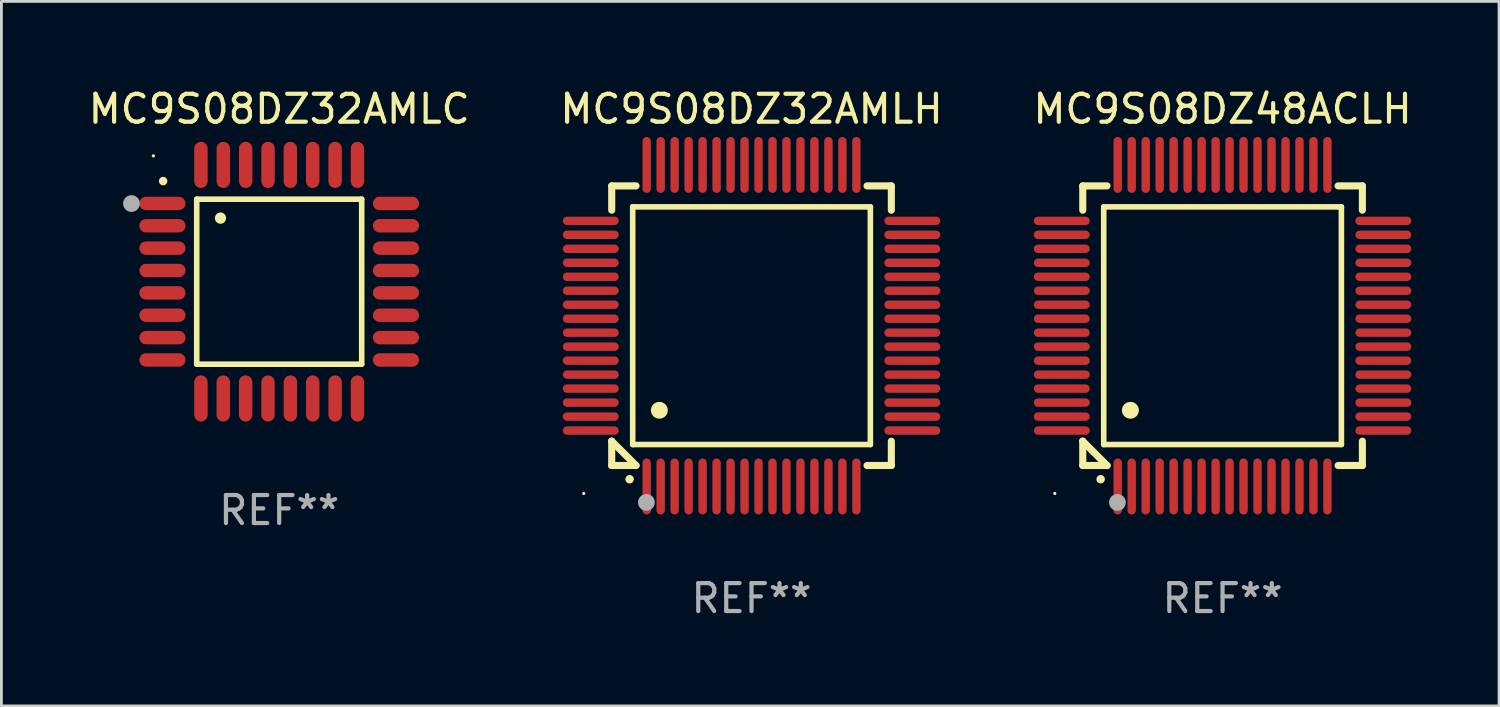
<source format=kicad_pcb>
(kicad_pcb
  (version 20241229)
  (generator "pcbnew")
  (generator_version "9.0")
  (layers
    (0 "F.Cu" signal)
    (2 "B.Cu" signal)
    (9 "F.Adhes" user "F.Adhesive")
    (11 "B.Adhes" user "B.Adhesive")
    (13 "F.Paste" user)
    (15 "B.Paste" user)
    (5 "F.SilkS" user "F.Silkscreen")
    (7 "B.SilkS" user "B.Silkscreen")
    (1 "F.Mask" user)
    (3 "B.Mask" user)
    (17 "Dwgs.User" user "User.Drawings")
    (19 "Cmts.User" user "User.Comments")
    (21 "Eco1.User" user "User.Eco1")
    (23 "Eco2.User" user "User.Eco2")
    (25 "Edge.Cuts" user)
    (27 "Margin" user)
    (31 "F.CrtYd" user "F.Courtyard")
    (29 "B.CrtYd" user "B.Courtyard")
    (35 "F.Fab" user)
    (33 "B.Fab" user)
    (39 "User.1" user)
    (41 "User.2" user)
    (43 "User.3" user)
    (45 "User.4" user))
  (footprint "MC9S08DZ48ACLH"
    (layer "F.Cu")
    (at 40.673 8.598)
    (property "Reference" "MC9S08DZ48ACLH" (at 0 -7.75 0) (layer "F.SilkS") (effects (font (size 1 1) (thickness 0.15))))
    (attr through_hole)
    (fp_line (start -5 -5) (end -4.131 -5) (stroke (width 0.254) (type solid)) (layer "F.SilkS"))
    (fp_line (start -5 -4.131) (end -5 -5) (stroke (width 0.254) (type solid)) (layer "F.SilkS"))
    (fp_line (start -5 4.131) (end -5 4.131) (stroke (width 0.254) (type solid)) (layer "F.SilkS"))
    (fp_line (start -5 5) (end -5 4.131) (stroke (width 0.254) (type solid)) (layer "F.SilkS"))
    (fp_line (start -5 4.131) (end -4.131 5) (stroke (width 0.254) (type solid)) (layer "F.SilkS"))
    (fp_line (start -4.25 -4.25) (end -4.25 4.25) (stroke (width 0.2) (type solid)) (layer "F.SilkS"))
    (fp_line (start -4.25 4.25) (end 4.25 4.25) (stroke (width 0.2) (type solid)) (layer "F.SilkS"))
    (fp_line (start -4.131 5) (end -5 5) (stroke (width 0.254) (type solid)) (layer "F.SilkS"))
    (fp_line (start 4.25 -4.25) (end -4.25 -4.25) (stroke (width 0.2) (type solid)) (layer "F.SilkS"))
    (fp_line (start 4.25 4.25) (end 4.25 -4.25) (stroke (width 0.2) (type solid)) (layer "F.SilkS"))
    (fp_line (start 5 -5) (end 4.131 -5) (stroke (width 0.254) (type solid)) (layer "F.SilkS"))
    (fp_line (start 5 -5) (end 5 -4.131) (stroke (width 0.254) (type solid)) (layer "F.SilkS"))
    (fp_line (start 5 4.131) (end 5 5) (stroke (width 0.254) (type solid)) (layer "F.SilkS"))
    (fp_line (start 5 5) (end 4.131 5) (stroke (width 0.254) (type solid)) (layer "F.SilkS"))
    (fp_arc (start -4.361265 5.489992) (mid -4.359995 5.489987) (end -4.358725 5.489992) (stroke (width 0.3) (type solid)) (layer "F.SilkS"))
    (fp_arc (start -3.299467 3.025146) (mid -3.296927 3.025135) (end -3.294387 3.025146) (stroke (width 0.6) (type solid)) (layer "F.SilkS"))
    (fp_circle (center -6 6) (end -5.97 6) (stroke (width 0.06) (type solid)) (fill no) (layer "F.SilkS"))
    (fp_circle (center -3.76 6.32) (end -3.61 6.32) (stroke (width 0.3) (type solid)) (fill no) (layer "F.Fab"))
    (fp_text user "REF**" (at 0 9.75 0) (layer "F.Fab") (effects (font (size 1 1) (thickness 0.15))))
    (pad "1" smd oval (at -3.75 5.75) (size 0.3 2) (layers "F.Cu" "F.Mask" "F.Paste"))
    (pad "2" smd oval (at -3.25 5.75) (size 0.3 2) (layers "F.Cu" "F.Mask" "F.Paste"))
    (pad "3" smd oval (at -2.75 5.75) (size 0.3 2) (layers "F.Cu" "F.Mask" "F.Paste"))
    (pad "4" smd oval (at -2.25 5.75) (size 0.3 2) (layers "F.Cu" "F.Mask" "F.Paste"))
    (pad "5" smd oval (at -1.75 5.75) (size 0.3 2) (layers "F.Cu" "F.Mask" "F.Paste"))
    (pad "6" smd oval (at -1.25 5.75) (size 0.3 2) (layers "F.Cu" "F.Mask" "F.Paste"))
    (pad "7" smd oval (at -0.75 5.75) (size 0.3 2) (layers "F.Cu" "F.Mask" "F.Paste"))
    (pad "8" smd oval (at -0.25 5.75) (size 0.3 2) (layers "F.Cu" "F.Mask" "F.Paste"))
    (pad "9" smd oval (at 0.25 5.75) (size 0.3 2) (layers "F.Cu" "F.Mask" "F.Paste"))
    (pad "10" smd oval (at 0.75 5.75) (size 0.3 2) (layers "F.Cu" "F.Mask" "F.Paste"))
    (pad "11" smd oval (at 1.25 5.75) (size 0.3 2) (layers "F.Cu" "F.Mask" "F.Paste"))
    (pad "12" smd oval (at 1.75 5.75) (size 0.3 2) (layers "F.Cu" "F.Mask" "F.Paste"))
    (pad "13" smd oval (at 2.25 5.75) (size 0.3 2) (layers "F.Cu" "F.Mask" "F.Paste"))
    (pad "14" smd oval (at 2.75 5.75) (size 0.3 2) (layers "F.Cu" "F.Mask" "F.Paste"))
    (pad "15" smd oval (at 3.25 5.75) (size 0.3 2) (layers "F.Cu" "F.Mask" "F.Paste"))
    (pad "16" smd oval (at 3.75 5.75) (size 0.3 2) (layers "F.Cu" "F.Mask" "F.Paste"))
    (pad "17" smd oval (at 5.75 3.75) (size 2 0.3) (layers "F.Cu" "F.Mask" "F.Paste"))
    (pad "18" smd oval (at 5.75 3.25) (size 2 0.3) (layers "F.Cu" "F.Mask" "F.Paste"))
    (pad "19" smd oval (at 5.75 2.75) (size 2 0.3) (layers "F.Cu" "F.Mask" "F.Paste"))
    (pad "20" smd oval (at 5.75 2.25) (size 2 0.3) (layers "F.Cu" "F.Mask" "F.Paste"))
    (pad "21" smd oval (at 5.75 1.75) (size 2 0.3) (layers "F.Cu" "F.Mask" "F.Paste"))
    (pad "22" smd oval (at 5.75 1.25) (size 2 0.3) (layers "F.Cu" "F.Mask" "F.Paste"))
    (pad "23" smd oval (at 5.75 0.75) (size 2 0.3) (layers "F.Cu" "F.Mask" "F.Paste"))
    (pad "24" smd oval (at 5.75 0.25) (size 2 0.3) (layers "F.Cu" "F.Mask" "F.Paste"))
    (pad "25" smd oval (at 5.75 -0.25) (size 2 0.3) (layers "F.Cu" "F.Mask" "F.Paste"))
    (pad "26" smd oval (at 5.75 -0.75) (size 2 0.3) (layers "F.Cu" "F.Mask" "F.Paste"))
    (pad "27" smd oval (at 5.75 -1.25) (size 2 0.3) (layers "F.Cu" "F.Mask" "F.Paste"))
    (pad "28" smd oval (at 5.75 -1.75) (size 2 0.3) (layers "F.Cu" "F.Mask" "F.Paste"))
    (pad "29" smd oval (at 5.75 -2.25) (size 2 0.3) (layers "F.Cu" "F.Mask" "F.Paste"))
    (pad "30" smd oval (at 5.75 -2.75) (size 2 0.3) (layers "F.Cu" "F.Mask" "F.Paste"))
    (pad "31" smd oval (at 5.75 -3.25) (size 2 0.3) (layers "F.Cu" "F.Mask" "F.Paste"))
    (pad "32" smd oval (at 5.75 -3.75) (size 2 0.3) (layers "F.Cu" "F.Mask" "F.Paste"))
    (pad "33" smd oval (at 3.75 -5.75) (size 0.3 2) (layers "F.Cu" "F.Mask" "F.Paste"))
    (pad "34" smd oval (at 3.25 -5.75) (size 0.3 2) (layers "F.Cu" "F.Mask" "F.Paste"))
    (pad "35" smd oval (at 2.75 -5.75) (size 0.3 2) (layers "F.Cu" "F.Mask" "F.Paste"))
    (pad "36" smd oval (at 2.25 -5.75) (size 0.3 2) (layers "F.Cu" "F.Mask" "F.Paste"))
    (pad "37" smd oval (at 1.75 -5.75) (size 0.3 2) (layers "F.Cu" "F.Mask" "F.Paste"))
    (pad "38" smd oval (at 1.25 -5.75) (size 0.3 2) (layers "F.Cu" "F.Mask" "F.Paste"))
    (pad "39" smd oval (at 0.75 -5.75) (size 0.3 2) (layers "F.Cu" "F.Mask" "F.Paste"))
    (pad "40" smd oval (at 0.25 -5.75) (size 0.3 2) (layers "F.Cu" "F.Mask" "F.Paste"))
    (pad "41" smd oval (at -0.25 -5.75) (size 0.3 2) (layers "F.Cu" "F.Mask" "F.Paste"))
    (pad "42" smd oval (at -0.75 -5.75) (size 0.3 2) (layers "F.Cu" "F.Mask" "F.Paste"))
    (pad "43" smd oval (at -1.25 -5.75) (size 0.3 2) (layers "F.Cu" "F.Mask" "F.Paste"))
    (pad "44" smd oval (at -1.75 -5.75) (size 0.3 2) (layers "F.Cu" "F.Mask" "F.Paste"))
    (pad "45" smd oval (at -2.25 -5.75) (size 0.3 2) (layers "F.Cu" "F.Mask" "F.Paste"))
    (pad "46" smd oval (at -2.75 -5.75) (size 0.3 2) (layers "F.Cu" "F.Mask" "F.Paste"))
    (pad "47" smd oval (at -3.25 -5.75) (size 0.3 2) (layers "F.Cu" "F.Mask" "F.Paste"))
    (pad "48" smd oval (at -3.75 -5.75) (size 0.3 2) (layers "F.Cu" "F.Mask" "F.Paste"))
    (pad "49" smd oval (at -5.75 -3.75) (size 2 0.3) (layers "F.Cu" "F.Mask" "F.Paste"))
    (pad "50" smd oval (at -5.75 -3.25) (size 2 0.3) (layers "F.Cu" "F.Mask" "F.Paste"))
    (pad "51" smd oval (at -5.75 -2.75) (size 2 0.3) (layers "F.Cu" "F.Mask" "F.Paste"))
    (pad "52" smd oval (at -5.75 -2.25) (size 2 0.3) (layers "F.Cu" "F.Mask" "F.Paste"))
    (pad "53" smd oval (at -5.75 -1.75) (size 2 0.3) (layers "F.Cu" "F.Mask" "F.Paste"))
    (pad "54" smd oval (at -5.75 -1.25) (size 2 0.3) (layers "F.Cu" "F.Mask" "F.Paste"))
    (pad "55" smd oval (at -5.75 -0.75) (size 2 0.3) (layers "F.Cu" "F.Mask" "F.Paste"))
    (pad "56" smd oval (at -5.75 -0.25) (size 2 0.3) (layers "F.Cu" "F.Mask" "F.Paste"))
    (pad "57" smd oval (at -5.75 0.25) (size 2 0.3) (layers "F.Cu" "F.Mask" "F.Paste"))
    (pad "58" smd oval (at -5.75 0.75) (size 2 0.3) (layers "F.Cu" "F.Mask" "F.Paste"))
    (pad "59" smd oval (at -5.75 1.25) (size 2 0.3) (layers "F.Cu" "F.Mask" "F.Paste"))
    (pad "60" smd oval (at -5.75 1.75) (size 2 0.3) (layers "F.Cu" "F.Mask" "F.Paste"))
    (pad "61" smd oval (at -5.75 2.25) (size 2 0.3) (layers "F.Cu" "F.Mask" "F.Paste"))
    (pad "62" smd oval (at -5.75 2.75) (size 2 0.3) (layers "F.Cu" "F.Mask" "F.Paste"))
    (pad "63" smd oval (at -5.75 3.25) (size 2 0.3) (layers "F.Cu" "F.Mask" "F.Paste"))
    (pad "64" smd oval (at -5.75 3.75) (size 2 0.3) (layers "F.Cu" "F.Mask" "F.Paste")))
  (footprint "MC9S08DZ32AMLC"
    (layer "F.Cu")
    (at 6.935 7.024)
    (property "Reference" "MC9S08DZ32AMLC" (at 0 -6.176 0) (layer "F.SilkS") (effects (font (size 1 1) (thickness 0.15))))
    (attr through_hole)
    (fp_line (start -2.95 -2.95) (end -2.95 2.95) (stroke (width 0.2) (type solid)) (layer "F.SilkS"))
    (fp_line (start -2.95 2.95) (end 2.95 2.95) (stroke (width 0.2) (type solid)) (layer "F.SilkS"))
    (fp_line (start 2.95 -2.95) (end -2.95 -2.95) (stroke (width 0.2) (type solid)) (layer "F.SilkS"))
    (fp_line (start 2.95 2.95) (end 2.95 -2.95) (stroke (width 0.2) (type solid)) (layer "F.SilkS"))
    (fp_arc (start -4.150178 -3.596622) (mid -4.150183 -3.597892) (end -4.150178 -3.599162) (stroke (width 0.3) (type solid)) (layer "F.SilkS"))
    (fp_arc (start -2.100394 -2.270739) (mid -2.10041 -2.273279) (end -2.100394 -2.275819) (stroke (width 0.4) (type solid)) (layer "F.SilkS"))
    (fp_circle (center -4.5 -4.5) (end -4.47 -4.5) (stroke (width 0.06) (type solid)) (fill no) (layer "F.SilkS"))
    (fp_circle (center -5.283 -2.794) (end -5.133 -2.794) (stroke (width 0.3) (type solid)) (fill no) (layer "F.Fab"))
    (fp_text user "REF**" (at 0 8.176 0) (layer "F.Fab") (effects (font (size 1 1) (thickness 0.15))))
    (pad "1" smd oval (at -4.176 -2.799 90) (size 0.48 1.65) (layers "F.Cu" "F.Mask" "F.Paste"))
    (pad "2" smd oval (at -4.176 -2 90) (size 0.48 1.65) (layers "F.Cu" "F.Mask" "F.Paste"))
    (pad "3" smd oval (at -4.176 -1.2 90) (size 0.48 1.65) (layers "F.Cu" "F.Mask" "F.Paste"))
    (pad "4" smd oval (at -4.176 -0.4 90) (size 0.48 1.65) (layers "F.Cu" "F.Mask" "F.Paste"))
    (pad "5" smd oval (at -4.176 0.4 90) (size 0.48 1.65) (layers "F.Cu" "F.Mask" "F.Paste"))
    (pad "6" smd oval (at -4.176 1.2 90) (size 0.48 1.65) (layers "F.Cu" "F.Mask" "F.Paste"))
    (pad "7" smd oval (at -4.176 2 90) (size 0.48 1.65) (layers "F.Cu" "F.Mask" "F.Paste"))
    (pad "8" smd oval (at -4.176 2.799 90) (size 0.48 1.65) (layers "F.Cu" "F.Mask" "F.Paste"))
    (pad "9" smd oval (at -2.799 4.176) (size 0.48 1.65) (layers "F.Cu" "F.Mask" "F.Paste"))
    (pad "10" smd oval (at -2 4.176) (size 0.48 1.65) (layers "F.Cu" "F.Mask" "F.Paste"))
    (pad "11" smd oval (at -1.2 4.176) (size 0.48 1.65) (layers "F.Cu" "F.Mask" "F.Paste"))
    (pad "12" smd oval (at -0.4 4.176) (size 0.48 1.65) (layers "F.Cu" "F.Mask" "F.Paste"))
    (pad "13" smd oval (at 0.4 4.176) (size 0.48 1.65) (layers "F.Cu" "F.Mask" "F.Paste"))
    (pad "14" smd oval (at 1.2 4.176) (size 0.48 1.65) (layers "F.Cu" "F.Mask" "F.Paste"))
    (pad "15" smd oval (at 2 4.176) (size 0.48 1.65) (layers "F.Cu" "F.Mask" "F.Paste"))
    (pad "16" smd oval (at 2.799 4.176) (size 0.48 1.65) (layers "F.Cu" "F.Mask" "F.Paste"))
    (pad "17" smd oval (at 4.176 2.799 90) (size 0.48 1.65) (layers "F.Cu" "F.Mask" "F.Paste"))
    (pad "18" smd oval (at 4.176 2 90) (size 0.48 1.65) (layers "F.Cu" "F.Mask" "F.Paste"))
    (pad "19" smd oval (at 4.176 1.2 90) (size 0.48 1.65) (layers "F.Cu" "F.Mask" "F.Paste"))
    (pad "20" smd oval (at 4.176 0.4 90) (size 0.48 1.65) (layers "F.Cu" "F.Mask" "F.Paste"))
    (pad "21" smd oval (at 4.176 -0.4 90) (size 0.48 1.65) (layers "F.Cu" "F.Mask" "F.Paste"))
    (pad "22" smd oval (at 4.176 -1.2 90) (size 0.48 1.65) (layers "F.Cu" "F.Mask" "F.Paste"))
    (pad "23" smd oval (at 4.176 -2 90) (size 0.48 1.65) (layers "F.Cu" "F.Mask" "F.Paste"))
    (pad "24" smd oval (at 4.176 -2.799 90) (size 0.48 1.65) (layers "F.Cu" "F.Mask" "F.Paste"))
    (pad "25" smd oval (at 2.799 -4.176) (size 0.48 1.65) (layers "F.Cu" "F.Mask" "F.Paste"))
    (pad "26" smd oval (at 1.999 -4.176) (size 0.48 1.65) (layers "F.Cu" "F.Mask" "F.Paste"))
    (pad "27" smd oval (at 1.199 -4.176) (size 0.48 1.65) (layers "F.Cu" "F.Mask" "F.Paste"))
    (pad "28" smd oval (at 0.399 -4.176) (size 0.48 1.65) (layers "F.Cu" "F.Mask" "F.Paste"))
    (pad "29" smd oval (at -0.399 -4.176) (size 0.48 1.65) (layers "F.Cu" "F.Mask" "F.Paste"))
    (pad "30" smd oval (at -1.199 -4.176) (size 0.48 1.65) (layers "F.Cu" "F.Mask" "F.Paste"))
    (pad "31" smd oval (at -1.999 -4.176) (size 0.48 1.65) (layers "F.Cu" "F.Mask" "F.Paste"))
    (pad "32" smd oval (at -2.799 -4.176) (size 0.48 1.65) (layers "F.Cu" "F.Mask" "F.Paste")))
  (footprint "MC9S08DZ32AMLH"
    (layer "F.Cu")
    (at 23.827 8.598)
    (property "Reference" "MC9S08DZ32AMLH" (at 0 -7.75 0) (layer "F.SilkS") (effects (font (size 1 1) (thickness 0.15))))
    (attr through_hole)
    (fp_line (start -5 -5) (end -4.131 -5) (stroke (width 0.254) (type solid)) (layer "F.SilkS"))
    (fp_line (start -5 -4.131) (end -5 -5) (stroke (width 0.254) (type solid)) (layer "F.SilkS"))
    (fp_line (start -5 4.131) (end -5 4.131) (stroke (width 0.254) (type solid)) (layer "F.SilkS"))
    (fp_line (start -5 5) (end -5 4.131) (stroke (width 0.254) (type solid)) (layer "F.SilkS"))
    (fp_line (start -5 4.131) (end -4.131 5) (stroke (width 0.254) (type solid)) (layer "F.SilkS"))
    (fp_line (start -4.25 -4.25) (end -4.25 4.25) (stroke (width 0.2) (type solid)) (layer "F.SilkS"))
    (fp_line (start -4.25 4.25) (end 4.25 4.25) (stroke (width 0.2) (type solid)) (layer "F.SilkS"))
    (fp_line (start -4.131 5) (end -5 5) (stroke (width 0.254) (type solid)) (layer "F.SilkS"))
    (fp_line (start 4.25 -4.25) (end -4.25 -4.25) (stroke (width 0.2) (type solid)) (layer "F.SilkS"))
    (fp_line (start 4.25 4.25) (end 4.25 -4.25) (stroke (width 0.2) (type solid)) (layer "F.SilkS"))
    (fp_line (start 5 -5) (end 4.131 -5) (stroke (width 0.254) (type solid)) (layer "F.SilkS"))
    (fp_line (start 5 -5) (end 5 -4.131) (stroke (width 0.254) (type solid)) (layer "F.SilkS"))
    (fp_line (start 5 4.131) (end 5 5) (stroke (width 0.254) (type solid)) (layer "F.SilkS"))
    (fp_line (start 5 5) (end 4.131 5) (stroke (width 0.254) (type solid)) (layer "F.SilkS"))
    (fp_arc (start -4.361265 5.489992) (mid -4.359995 5.489987) (end -4.358725 5.489992) (stroke (width 0.3) (type solid)) (layer "F.SilkS"))
    (fp_arc (start -3.299467 3.025146) (mid -3.296927 3.025135) (end -3.294387 3.025146) (stroke (width 0.6) (type solid)) (layer "F.SilkS"))
    (fp_circle (center -6 6) (end -5.97 6) (stroke (width 0.06) (type solid)) (fill no) (layer "F.SilkS"))
    (fp_circle (center -3.76 6.32) (end -3.61 6.32) (stroke (width 0.3) (type solid)) (fill no) (layer "F.Fab"))
    (fp_text user "REF**" (at 0 9.75 0) (layer "F.Fab") (effects (font (size 1 1) (thickness 0.15))))
    (pad "1" smd oval (at -3.75 5.75) (size 0.3 2) (layers "F.Cu" "F.Mask" "F.Paste"))
    (pad "2" smd oval (at -3.25 5.75) (size 0.3 2) (layers "F.Cu" "F.Mask" "F.Paste"))
    (pad "3" smd oval (at -2.75 5.75) (size 0.3 2) (layers "F.Cu" "F.Mask" "F.Paste"))
    (pad "4" smd oval (at -2.25 5.75) (size 0.3 2) (layers "F.Cu" "F.Mask" "F.Paste"))
    (pad "5" smd oval (at -1.75 5.75) (size 0.3 2) (layers "F.Cu" "F.Mask" "F.Paste"))
    (pad "6" smd oval (at -1.25 5.75) (size 0.3 2) (layers "F.Cu" "F.Mask" "F.Paste"))
    (pad "7" smd oval (at -0.75 5.75) (size 0.3 2) (layers "F.Cu" "F.Mask" "F.Paste"))
    (pad "8" smd oval (at -0.25 5.75) (size 0.3 2) (layers "F.Cu" "F.Mask" "F.Paste"))
    (pad "9" smd oval (at 0.25 5.75) (size 0.3 2) (layers "F.Cu" "F.Mask" "F.Paste"))
    (pad "10" smd oval (at 0.75 5.75) (size 0.3 2) (layers "F.Cu" "F.Mask" "F.Paste"))
    (pad "11" smd oval (at 1.25 5.75) (size 0.3 2) (layers "F.Cu" "F.Mask" "F.Paste"))
    (pad "12" smd oval (at 1.75 5.75) (size 0.3 2) (layers "F.Cu" "F.Mask" "F.Paste"))
    (pad "13" smd oval (at 2.25 5.75) (size 0.3 2) (layers "F.Cu" "F.Mask" "F.Paste"))
    (pad "14" smd oval (at 2.75 5.75) (size 0.3 2) (layers "F.Cu" "F.Mask" "F.Paste"))
    (pad "15" smd oval (at 3.25 5.75) (size 0.3 2) (layers "F.Cu" "F.Mask" "F.Paste"))
    (pad "16" smd oval (at 3.75 5.75) (size 0.3 2) (layers "F.Cu" "F.Mask" "F.Paste"))
    (pad "17" smd oval (at 5.75 3.75) (size 2 0.3) (layers "F.Cu" "F.Mask" "F.Paste"))
    (pad "18" smd oval (at 5.75 3.25) (size 2 0.3) (layers "F.Cu" "F.Mask" "F.Paste"))
    (pad "19" smd oval (at 5.75 2.75) (size 2 0.3) (layers "F.Cu" "F.Mask" "F.Paste"))
    (pad "20" smd oval (at 5.75 2.25) (size 2 0.3) (layers "F.Cu" "F.Mask" "F.Paste"))
    (pad "21" smd oval (at 5.75 1.75) (size 2 0.3) (layers "F.Cu" "F.Mask" "F.Paste"))
    (pad "22" smd oval (at 5.75 1.25) (size 2 0.3) (layers "F.Cu" "F.Mask" "F.Paste"))
    (pad "23" smd oval (at 5.75 0.75) (size 2 0.3) (layers "F.Cu" "F.Mask" "F.Paste"))
    (pad "24" smd oval (at 5.75 0.25) (size 2 0.3) (layers "F.Cu" "F.Mask" "F.Paste"))
    (pad "25" smd oval (at 5.75 -0.25) (size 2 0.3) (layers "F.Cu" "F.Mask" "F.Paste"))
    (pad "26" smd oval (at 5.75 -0.75) (size 2 0.3) (layers "F.Cu" "F.Mask" "F.Paste"))
    (pad "27" smd oval (at 5.75 -1.25) (size 2 0.3) (layers "F.Cu" "F.Mask" "F.Paste"))
    (pad "28" smd oval (at 5.75 -1.75) (size 2 0.3) (layers "F.Cu" "F.Mask" "F.Paste"))
    (pad "29" smd oval (at 5.75 -2.25) (size 2 0.3) (layers "F.Cu" "F.Mask" "F.Paste"))
    (pad "30" smd oval (at 5.75 -2.75) (size 2 0.3) (layers "F.Cu" "F.Mask" "F.Paste"))
    (pad "31" smd oval (at 5.75 -3.25) (size 2 0.3) (layers "F.Cu" "F.Mask" "F.Paste"))
    (pad "32" smd oval (at 5.75 -3.75) (size 2 0.3) (layers "F.Cu" "F.Mask" "F.Paste"))
    (pad "33" smd oval (at 3.75 -5.75) (size 0.3 2) (layers "F.Cu" "F.Mask" "F.Paste"))
    (pad "34" smd oval (at 3.25 -5.75) (size 0.3 2) (layers "F.Cu" "F.Mask" "F.Paste"))
    (pad "35" smd oval (at 2.75 -5.75) (size 0.3 2) (layers "F.Cu" "F.Mask" "F.Paste"))
    (pad "36" smd oval (at 2.25 -5.75) (size 0.3 2) (layers "F.Cu" "F.Mask" "F.Paste"))
    (pad "37" smd oval (at 1.75 -5.75) (size 0.3 2) (layers "F.Cu" "F.Mask" "F.Paste"))
    (pad "38" smd oval (at 1.25 -5.75) (size 0.3 2) (layers "F.Cu" "F.Mask" "F.Paste"))
    (pad "39" smd oval (at 0.75 -5.75) (size 0.3 2) (layers "F.Cu" "F.Mask" "F.Paste"))
    (pad "40" smd oval (at 0.25 -5.75) (size 0.3 2) (layers "F.Cu" "F.Mask" "F.Paste"))
    (pad "41" smd oval (at -0.25 -5.75) (size 0.3 2) (layers "F.Cu" "F.Mask" "F.Paste"))
    (pad "42" smd oval (at -0.75 -5.75) (size 0.3 2) (layers "F.Cu" "F.Mask" "F.Paste"))
    (pad "43" smd oval (at -1.25 -5.75) (size 0.3 2) (layers "F.Cu" "F.Mask" "F.Paste"))
    (pad "44" smd oval (at -1.75 -5.75) (size 0.3 2) (layers "F.Cu" "F.Mask" "F.Paste"))
    (pad "45" smd oval (at -2.25 -5.75) (size 0.3 2) (layers "F.Cu" "F.Mask" "F.Paste"))
    (pad "46" smd oval (at -2.75 -5.75) (size 0.3 2) (layers "F.Cu" "F.Mask" "F.Paste"))
    (pad "47" smd oval (at -3.25 -5.75) (size 0.3 2) (layers "F.Cu" "F.Mask" "F.Paste"))
    (pad "48" smd oval (at -3.75 -5.75) (size 0.3 2) (layers "F.Cu" "F.Mask" "F.Paste"))
    (pad "49" smd oval (at -5.75 -3.75) (size 2 0.3) (layers "F.Cu" "F.Mask" "F.Paste"))
    (pad "50" smd oval (at -5.75 -3.25) (size 2 0.3) (layers "F.Cu" "F.Mask" "F.Paste"))
    (pad "51" smd oval (at -5.75 -2.75) (size 2 0.3) (layers "F.Cu" "F.Mask" "F.Paste"))
    (pad "52" smd oval (at -5.75 -2.25) (size 2 0.3) (layers "F.Cu" "F.Mask" "F.Paste"))
    (pad "53" smd oval (at -5.75 -1.75) (size 2 0.3) (layers "F.Cu" "F.Mask" "F.Paste"))
    (pad "54" smd oval (at -5.75 -1.25) (size 2 0.3) (layers "F.Cu" "F.Mask" "F.Paste"))
    (pad "55" smd oval (at -5.75 -0.75) (size 2 0.3) (layers "F.Cu" "F.Mask" "F.Paste"))
    (pad "56" smd oval (at -5.75 -0.25) (size 2 0.3) (layers "F.Cu" "F.Mask" "F.Paste"))
    (pad "57" smd oval (at -5.75 0.25) (size 2 0.3) (layers "F.Cu" "F.Mask" "F.Paste"))
    (pad "58" smd oval (at -5.75 0.75) (size 2 0.3) (layers "F.Cu" "F.Mask" "F.Paste"))
    (pad "59" smd oval (at -5.75 1.25) (size 2 0.3) (layers "F.Cu" "F.Mask" "F.Paste"))
    (pad "60" smd oval (at -5.75 1.75) (size 2 0.3) (layers "F.Cu" "F.Mask" "F.Paste"))
    (pad "61" smd oval (at -5.75 2.25) (size 2 0.3) (layers "F.Cu" "F.Mask" "F.Paste"))
    (pad "62" smd oval (at -5.75 2.75) (size 2 0.3) (layers "F.Cu" "F.Mask" "F.Paste"))
    (pad "63" smd oval (at -5.75 3.25) (size 2 0.3) (layers "F.Cu" "F.Mask" "F.Paste"))
    (pad "64" smd oval (at -5.75 3.75) (size 2 0.3) (layers "F.Cu" "F.Mask" "F.Paste")))
  (gr_rect
    (start -3 -3)
    (end 50.56 22.196)
    (stroke (width 0.1) (type default))
    (fill no)
    (layer "Edge.Cuts")))
</source>
